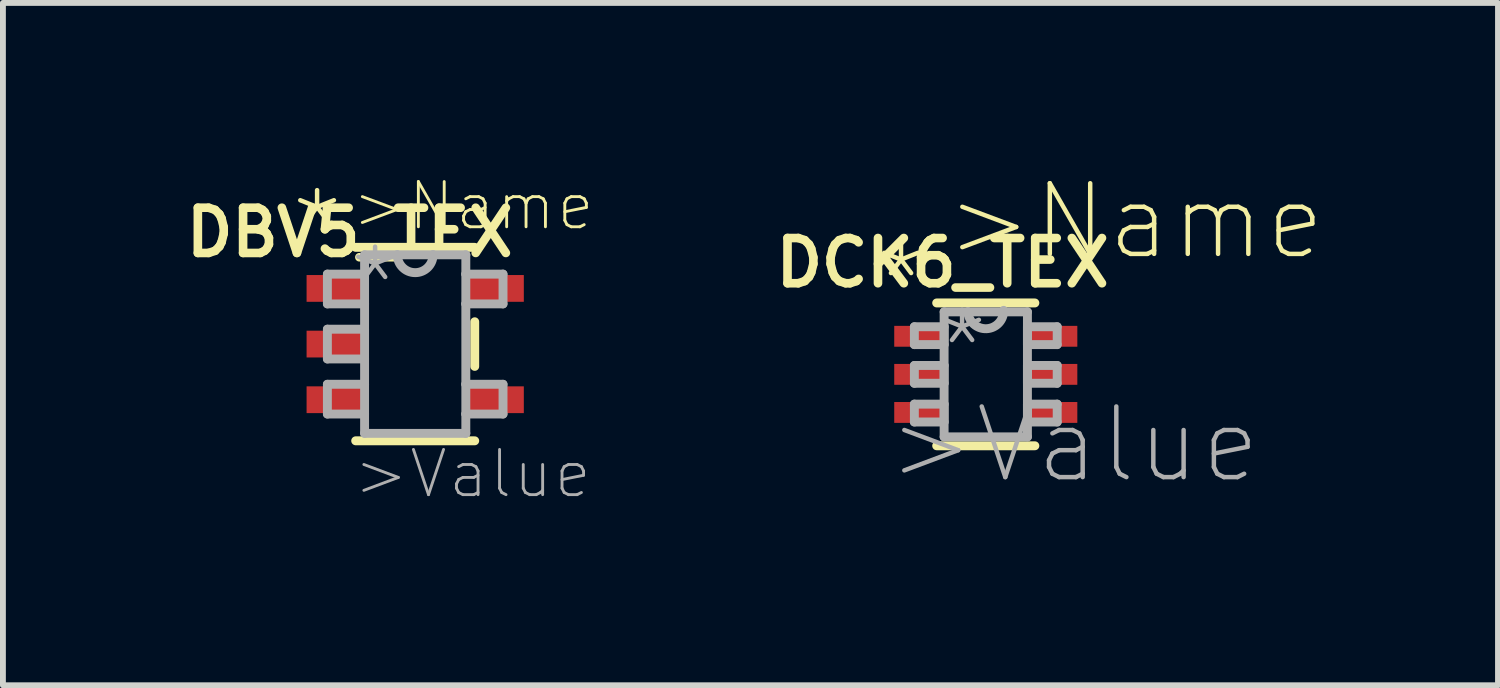
<source format=kicad_pcb>
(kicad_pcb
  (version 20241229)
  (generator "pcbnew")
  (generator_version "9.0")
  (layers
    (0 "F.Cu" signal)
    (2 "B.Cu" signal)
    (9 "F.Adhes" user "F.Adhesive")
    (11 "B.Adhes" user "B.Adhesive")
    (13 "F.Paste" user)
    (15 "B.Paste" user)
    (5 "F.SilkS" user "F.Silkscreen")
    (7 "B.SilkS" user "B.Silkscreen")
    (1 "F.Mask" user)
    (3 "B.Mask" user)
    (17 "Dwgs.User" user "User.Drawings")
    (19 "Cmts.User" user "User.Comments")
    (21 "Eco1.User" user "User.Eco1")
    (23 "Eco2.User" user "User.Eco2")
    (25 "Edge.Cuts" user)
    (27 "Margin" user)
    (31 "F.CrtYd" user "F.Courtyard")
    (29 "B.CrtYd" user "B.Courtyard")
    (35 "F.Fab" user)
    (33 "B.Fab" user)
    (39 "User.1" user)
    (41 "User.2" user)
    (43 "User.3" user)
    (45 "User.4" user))
  (footprint "DCK6_TEX"
    (layer "F.Cu")
    (at 13.776 3.34)
    (property "Reference" "DCK6_TEX" (at -0.737 -1.905 0) (layer "F.SilkS") (effects (font (size 0.772 0.772) (thickness 0.147))))
    (attr through_hole)
    (fp_line (start -0.838 1.219) (end 0.838 1.219) (stroke (width 0.152) (type solid)) (layer "F.SilkS"))
    (fp_line (start 0.838 -1.219) (end -0.838 -1.219) (stroke (width 0.152) (type solid)) (layer "F.SilkS"))
    (fp_line (start -1.219 -0.813) (end -1.219 -0.508) (stroke (width 0.152) (type solid)) (layer "F.Fab"))
    (fp_line (start -1.219 -0.508) (end -0.711 -0.508) (stroke (width 0.152) (type solid)) (layer "F.Fab"))
    (fp_line (start -1.219 -0.152) (end -1.219 0.152) (stroke (width 0.152) (type solid)) (layer "F.Fab"))
    (fp_line (start -1.219 0.152) (end -0.711 0.152) (stroke (width 0.152) (type solid)) (layer "F.Fab"))
    (fp_line (start -1.219 0.508) (end -1.219 0.813) (stroke (width 0.152) (type solid)) (layer "F.Fab"))
    (fp_line (start -1.219 0.813) (end -0.711 0.813) (stroke (width 0.152) (type solid)) (layer "F.Fab"))
    (fp_line (start -0.711 -1.067) (end -0.711 1.067) (stroke (width 0.152) (type solid)) (layer "F.Fab"))
    (fp_line (start -0.711 -0.813) (end -1.219 -0.813) (stroke (width 0.152) (type solid)) (layer "F.Fab"))
    (fp_line (start -0.711 -0.508) (end -0.711 -0.813) (stroke (width 0.152) (type solid)) (layer "F.Fab"))
    (fp_line (start -0.711 -0.152) (end -1.219 -0.152) (stroke (width 0.152) (type solid)) (layer "F.Fab"))
    (fp_line (start -0.711 0.152) (end -0.711 -0.152) (stroke (width 0.152) (type solid)) (layer "F.Fab"))
    (fp_line (start -0.711 0.508) (end -1.219 0.508) (stroke (width 0.152) (type solid)) (layer "F.Fab"))
    (fp_line (start -0.711 0.813) (end -0.711 0.508) (stroke (width 0.152) (type solid)) (layer "F.Fab"))
    (fp_line (start -0.711 1.067) (end 0.711 1.067) (stroke (width 0.152) (type solid)) (layer "F.Fab"))
    (fp_line (start -0.305 -1.067) (end -0.711 -1.067) (stroke (width 0.152) (type solid)) (layer "F.Fab"))
    (fp_line (start 0.711 -1.067) (end -0.305 -1.067) (stroke (width 0.152) (type solid)) (layer "F.Fab"))
    (fp_line (start 0.711 -0.813) (end 0.711 -0.508) (stroke (width 0.152) (type solid)) (layer "F.Fab"))
    (fp_line (start 0.711 -0.508) (end 1.219 -0.508) (stroke (width 0.152) (type solid)) (layer "F.Fab"))
    (fp_line (start 0.711 -0.152) (end 0.711 0.152) (stroke (width 0.152) (type solid)) (layer "F.Fab"))
    (fp_line (start 0.711 0.152) (end 1.219 0.152) (stroke (width 0.152) (type solid)) (layer "F.Fab"))
    (fp_line (start 0.711 0.508) (end 0.711 0.813) (stroke (width 0.152) (type solid)) (layer "F.Fab"))
    (fp_line (start 0.711 0.813) (end 1.219 0.813) (stroke (width 0.152) (type solid)) (layer "F.Fab"))
    (fp_line (start 0.711 1.067) (end 0.711 -1.067) (stroke (width 0.152) (type solid)) (layer "F.Fab"))
    (fp_line (start 1.219 -0.813) (end 0.711 -0.813) (stroke (width 0.152) (type solid)) (layer "F.Fab"))
    (fp_line (start 1.219 -0.508) (end 1.219 -0.813) (stroke (width 0.152) (type solid)) (layer "F.Fab"))
    (fp_line (start 1.219 -0.152) (end 0.711 -0.152) (stroke (width 0.152) (type solid)) (layer "F.Fab"))
    (fp_line (start 1.219 0.152) (end 1.219 -0.152) (stroke (width 0.152) (type solid)) (layer "F.Fab"))
    (fp_line (start 1.219 0.508) (end 0.711 0.508) (stroke (width 0.152) (type solid)) (layer "F.Fab"))
    (fp_line (start 1.219 0.813) (end 1.219 0.508) (stroke (width 0.152) (type solid)) (layer "F.Fab"))
    (fp_arc (start 0.3048 -1.0922) (mid 0.0127 -0.7747) (end -0.3048 -1.0668) (stroke (width 0.1524) (type solid)) (layer "F.Fab"))
    (fp_text user "*" (at -1.956 -0.889 0) (layer "F.SilkS") (effects (font (size 1.206 1.206) (thickness 0.076)) (justify left bottom)))
    (fp_text user ">Name" (at -0.737 -1.905 0) (layer "F.SilkS") (effects (font (size 1.206 1.206) (thickness 0.076)) (justify left bottom)))
    (fp_text user ">Value" (at -1.727 1.905 0) (layer "F.Fab") (effects (font (size 1.206 1.206) (thickness 0.076)) (justify left bottom)))
    (fp_text user "*" (at -0.914 0.254 0) (layer "F.Fab") (effects (font (size 1.206 1.206) (thickness 0.076)) (justify left bottom)))
    (pad "1" smd rect (at -1.137 -0.65) (size 0.851 0.356) (layers "F.Cu" "F.Mask" "F.Paste"))
    (pad "2" smd rect (at -1.137 0) (size 0.851 0.356) (layers "F.Cu" "F.Mask" "F.Paste"))
    (pad "3" smd rect (at -1.137 0.65) (size 0.851 0.356) (layers "F.Cu" "F.Mask" "F.Paste"))
    (pad "4" smd rect (at 1.137 0.65) (size 0.851 0.356) (layers "F.Cu" "F.Mask" "F.Paste"))
    (pad "5" smd rect (at 1.137 0) (size 0.851 0.356) (layers "F.Cu" "F.Mask" "F.Paste"))
    (pad "6" smd rect (at 1.137 -0.65) (size 0.851 0.356) (layers "F.Cu" "F.Mask" "F.Paste")))
  (footprint "DBV5_TEX"
    (layer "F.Cu")
    (at 4.037 2.823)
    (property "Reference" "DBV5_TEX" (at -1.118 -1.905 0) (layer "F.SilkS") (effects (font (size 0.772 0.772) (thickness 0.147))))
    (attr through_hole)
    (fp_line (start -1.016 1.651) (end 1.016 1.651) (stroke (width 0.152) (type solid)) (layer "F.SilkS"))
    (fp_line (start 1.016 -1.651) (end -1.016 -1.651) (stroke (width 0.152) (type solid)) (layer "F.SilkS"))
    (fp_line (start 1.016 0.381) (end 1.016 -0.381) (stroke (width 0.152) (type solid)) (layer "F.SilkS"))
    (fp_line (start -1.499 -1.194) (end -1.499 -0.686) (stroke (width 0.152) (type solid)) (layer "F.Fab"))
    (fp_line (start -1.499 -0.686) (end -0.864 -0.686) (stroke (width 0.152) (type solid)) (layer "F.Fab"))
    (fp_line (start -1.499 -0.254) (end -1.499 0.254) (stroke (width 0.152) (type solid)) (layer "F.Fab"))
    (fp_line (start -1.499 0.254) (end -0.864 0.254) (stroke (width 0.152) (type solid)) (layer "F.Fab"))
    (fp_line (start -1.499 0.686) (end -1.499 1.194) (stroke (width 0.152) (type solid)) (layer "F.Fab"))
    (fp_line (start -1.499 1.194) (end -0.864 1.194) (stroke (width 0.152) (type solid)) (layer "F.Fab"))
    (fp_line (start -0.864 -1.524) (end -0.864 -1.194) (stroke (width 0.152) (type solid)) (layer "F.Fab"))
    (fp_line (start -0.864 -1.194) (end -1.499 -1.194) (stroke (width 0.152) (type solid)) (layer "F.Fab"))
    (fp_line (start -0.864 -1.194) (end -0.864 -0.686) (stroke (width 0.152) (type solid)) (layer "F.Fab"))
    (fp_line (start -0.864 -0.686) (end -0.864 -0.254) (stroke (width 0.152) (type solid)) (layer "F.Fab"))
    (fp_line (start -0.864 -0.254) (end -1.499 -0.254) (stroke (width 0.152) (type solid)) (layer "F.Fab"))
    (fp_line (start -0.864 -0.254) (end -0.864 0.254) (stroke (width 0.152) (type solid)) (layer "F.Fab"))
    (fp_line (start -0.864 0.254) (end -0.864 0.686) (stroke (width 0.152) (type solid)) (layer "F.Fab"))
    (fp_line (start -0.864 0.686) (end -1.499 0.686) (stroke (width 0.152) (type solid)) (layer "F.Fab"))
    (fp_line (start -0.864 1.194) (end -0.864 0.686) (stroke (width 0.152) (type solid)) (layer "F.Fab"))
    (fp_line (start -0.864 1.524) (end -0.864 1.194) (stroke (width 0.152) (type solid)) (layer "F.Fab"))
    (fp_line (start -0.864 1.524) (end 0.864 1.524) (stroke (width 0.152) (type solid)) (layer "F.Fab"))
    (fp_line (start -0.305 -1.524) (end -0.864 -1.524) (stroke (width 0.152) (type solid)) (layer "F.Fab"))
    (fp_line (start 0.305 -1.524) (end -0.305 -1.524) (stroke (width 0.152) (type solid)) (layer "F.Fab"))
    (fp_line (start 0.864 -1.524) (end 0.305 -1.524) (stroke (width 0.152) (type solid)) (layer "F.Fab"))
    (fp_line (start 0.864 -1.524) (end 0.864 -1.194) (stroke (width 0.152) (type solid)) (layer "F.Fab"))
    (fp_line (start 0.864 -1.194) (end 0.864 -0.686) (stroke (width 0.152) (type solid)) (layer "F.Fab"))
    (fp_line (start 0.864 -0.686) (end 1.499 -0.686) (stroke (width 0.152) (type solid)) (layer "F.Fab"))
    (fp_line (start 0.864 0.686) (end 0.864 -0.686) (stroke (width 0.152) (type solid)) (layer "F.Fab"))
    (fp_line (start 0.864 1.194) (end 0.864 0.686) (stroke (width 0.152) (type solid)) (layer "F.Fab"))
    (fp_line (start 0.864 1.194) (end 1.499 1.194) (stroke (width 0.152) (type solid)) (layer "F.Fab"))
    (fp_line (start 0.864 1.524) (end 0.864 1.194) (stroke (width 0.152) (type solid)) (layer "F.Fab"))
    (fp_line (start 1.499 -1.194) (end 0.864 -1.194) (stroke (width 0.152) (type solid)) (layer "F.Fab"))
    (fp_line (start 1.499 -0.686) (end 1.499 -1.194) (stroke (width 0.152) (type solid)) (layer "F.Fab"))
    (fp_line (start 1.499 0.686) (end 0.864 0.686) (stroke (width 0.152) (type solid)) (layer "F.Fab"))
    (fp_line (start 1.499 1.194) (end 1.499 0.686) (stroke (width 0.152) (type solid)) (layer "F.Fab"))
    (fp_arc (start 0.3048 -1.524) (mid 0 -1.2192) (end -0.3048 -1.524) (stroke (width 0.1524) (type solid)) (layer "F.Fab"))
    (fp_text user "*" (at -2.184 -1.27 0) (layer "F.SilkS") (effects (font (size 1.206 1.206) (thickness 0.076)) (justify left bottom)))
    (fp_text user ">Name" (at -1.118 -1.905 0) (layer "F.SilkS") (effects (font (size 0.772 0.772) (thickness 0.049)) (justify left bottom)))
    (fp_text user "*" (at -1.194 -0.305 0) (layer "F.Fab") (effects (font (size 1.206 1.206) (thickness 0.076)) (justify left bottom)))
    (fp_text user ">Value" (at -1.092 2.667 0) (layer "F.Fab") (effects (font (size 0.772 0.772) (thickness 0.049)) (justify left bottom)))
    (pad "1" smd rect (at -1.365 -0.95) (size 0.978 0.457) (layers "F.Cu" "F.Mask" "F.Paste"))
    (pad "2" smd rect (at -1.365 0) (size 0.978 0.457) (layers "F.Cu" "F.Mask" "F.Paste"))
    (pad "3" smd rect (at -1.365 0.95) (size 0.978 0.457) (layers "F.Cu" "F.Mask" "F.Paste"))
    (pad "4" smd rect (at 1.365 0.95) (size 0.978 0.457) (layers "F.Cu" "F.Mask" "F.Paste"))
    (pad "5" smd rect (at 1.365 -0.95) (size 0.978 0.457) (layers "F.Cu" "F.Mask" "F.Paste")))
  (gr_rect
    (start -3 -3)
    (end 22.519 8.647)
    (stroke (width 0.1) (type default))
    (fill no)
    (layer "Edge.Cuts")))
</source>
